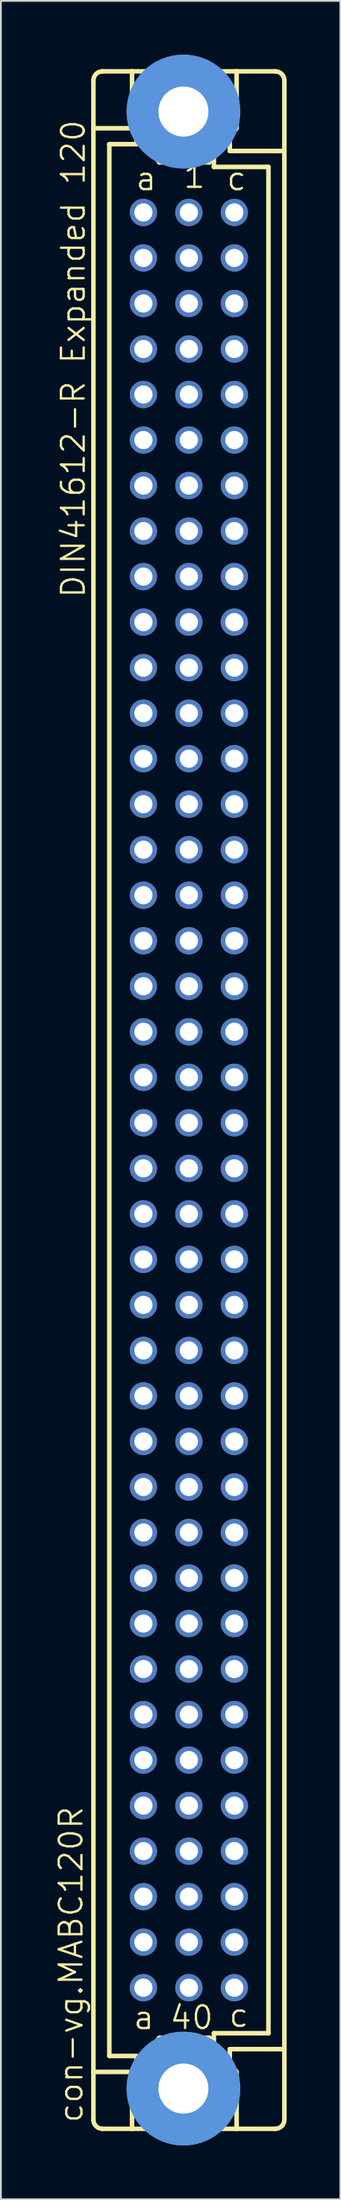
<source format=kicad_pcb>
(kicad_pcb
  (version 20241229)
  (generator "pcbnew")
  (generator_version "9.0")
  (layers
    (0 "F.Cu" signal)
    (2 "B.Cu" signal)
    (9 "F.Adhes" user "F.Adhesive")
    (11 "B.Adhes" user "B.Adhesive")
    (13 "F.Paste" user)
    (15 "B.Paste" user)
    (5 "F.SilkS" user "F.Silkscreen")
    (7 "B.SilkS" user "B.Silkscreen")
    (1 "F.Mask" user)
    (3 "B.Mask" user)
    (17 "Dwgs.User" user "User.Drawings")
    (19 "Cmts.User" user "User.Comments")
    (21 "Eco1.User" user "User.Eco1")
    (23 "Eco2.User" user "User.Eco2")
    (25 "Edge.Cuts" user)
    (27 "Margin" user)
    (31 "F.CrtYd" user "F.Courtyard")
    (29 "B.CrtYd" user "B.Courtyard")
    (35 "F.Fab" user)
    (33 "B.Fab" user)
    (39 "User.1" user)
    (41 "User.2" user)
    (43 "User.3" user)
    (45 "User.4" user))
  (footprint "con-vg.MABC120R"
    (layer "F.Cu")
    (at 7.502 58.335)
    (property "Reference" "con-vg.MABC120R" (at -5.842 57.15 90) (layer "F.SilkS") (effects (font (size 1.27 1.27) (thickness 0.13)) (justify left bottom)))
    (attr through_hole)
    (fp_line (start -5.334 -54.229) (end -5.334 -56.896) (stroke (width 0.254) (type default)) (layer "F.SilkS"))
    (fp_line (start -5.334 -54.229) (end -3.175 -54.229) (stroke (width 0.254) (type default)) (layer "F.SilkS"))
    (fp_line (start -5.334 54.229) (end -5.334 -54.229) (stroke (width 0.254) (type default)) (layer "F.SilkS"))
    (fp_line (start -5.334 54.229) (end -3.175 54.229) (stroke (width 0.254) (type default)) (layer "F.SilkS"))
    (fp_line (start -5.334 56.896) (end -5.334 54.229) (stroke (width 0.254) (type default)) (layer "F.SilkS"))
    (fp_line (start -4.826 -57.404) (end -3.175 -57.404) (stroke (width 0.254) (type default)) (layer "F.SilkS"))
    (fp_line (start -4.826 57.404) (end -3.175 57.404) (stroke (width 0.254) (type default)) (layer "F.SilkS"))
    (fp_line (start -4.445 -53.34) (end -4.445 53.34) (stroke (width 0.254) (type default)) (layer "F.SilkS"))
    (fp_line (start -4.445 53.34) (end -2.921 53.34) (stroke (width 0.254) (type default)) (layer "F.SilkS"))
    (fp_line (start -3.175 -57.404) (end -3.175 -54.229) (stroke (width 0.254) (type default)) (layer "F.SilkS"))
    (fp_line (start -3.175 57.404) (end -3.175 54.229) (stroke (width 0.254) (type default)) (layer "F.SilkS"))
    (fp_line (start -3.175 57.404) (end 2.667 57.404) (stroke (width 0.254) (type default)) (layer "F.SilkS"))
    (fp_line (start -2.921 -53.848) (end -2.921 -53.34) (stroke (width 0.254) (type default)) (layer "F.SilkS"))
    (fp_line (start -2.921 -53.34) (end -4.445 -53.34) (stroke (width 0.254) (type default)) (layer "F.SilkS"))
    (fp_line (start -2.921 53.34) (end -2.921 53.848) (stroke (width 0.254) (type default)) (layer "F.SilkS"))
    (fp_line (start -1.651 -52.324) (end -3.175 -54.229) (stroke (width 0.254) (type default)) (layer "F.SilkS"))
    (fp_line (start -1.651 52.324) (end -3.175 54.229) (stroke (width 0.254) (type default)) (layer "F.SilkS"))
    (fp_line (start -1.651 52.324) (end 1.143 52.324) (stroke (width 0.254) (type default)) (layer "F.SilkS"))
    (fp_line (start 1.143 -52.324) (end -1.651 -52.324) (stroke (width 0.254) (type default)) (layer "F.SilkS"))
    (fp_line (start 1.143 -52.324) (end 2.667 -54.229) (stroke (width 0.254) (type default)) (layer "F.SilkS"))
    (fp_line (start 1.143 52.324) (end 1.397 52.705) (stroke (width 0.254) (type default)) (layer "F.SilkS"))
    (fp_line (start 1.143 52.324) (end 2.667 54.229) (stroke (width 0.254) (type default)) (layer "F.SilkS"))
    (fp_line (start 1.397 -52.07) (end 1.397 -52.578) (stroke (width 0.254) (type default)) (layer "F.SilkS"))
    (fp_line (start 1.397 52.07) (end 4.445 52.07) (stroke (width 0.254) (type default)) (layer "F.SilkS"))
    (fp_line (start 1.397 52.705) (end 1.397 52.07) (stroke (width 0.254) (type default)) (layer "F.SilkS"))
    (fp_line (start 2.286 -52.959) (end 2.286 -53.721) (stroke (width 0.254) (type default)) (layer "F.SilkS"))
    (fp_line (start 2.286 52.959) (end 2.286 53.721) (stroke (width 0.254) (type default)) (layer "F.SilkS"))
    (fp_line (start 2.286 52.959) (end 5.334 52.959) (stroke (width 0.254) (type default)) (layer "F.SilkS"))
    (fp_line (start 2.667 -57.404) (end -3.175 -57.404) (stroke (width 0.254) (type default)) (layer "F.SilkS"))
    (fp_line (start 2.667 -57.404) (end 2.667 -54.229) (stroke (width 0.254) (type default)) (layer "F.SilkS"))
    (fp_line (start 2.667 57.404) (end 2.667 54.229) (stroke (width 0.254) (type default)) (layer "F.SilkS"))
    (fp_line (start 2.667 57.404) (end 4.826 57.404) (stroke (width 0.254) (type default)) (layer "F.SilkS"))
    (fp_line (start 4.445 -52.07) (end 1.397 -52.07) (stroke (width 0.254) (type default)) (layer "F.SilkS"))
    (fp_line (start 4.445 52.07) (end 4.445 -52.07) (stroke (width 0.254) (type default)) (layer "F.SilkS"))
    (fp_line (start 4.826 -57.404) (end 2.667 -57.404) (stroke (width 0.254) (type default)) (layer "F.SilkS"))
    (fp_line (start 5.334 -52.959) (end 2.286 -52.959) (stroke (width 0.254) (type default)) (layer "F.SilkS"))
    (fp_line (start 5.334 -52.959) (end 5.334 -56.896) (stroke (width 0.254) (type default)) (layer "F.SilkS"))
    (fp_line (start 5.334 52.959) (end 5.334 -52.959) (stroke (width 0.254) (type default)) (layer "F.SilkS"))
    (fp_line (start 5.334 56.896) (end 5.334 52.959) (stroke (width 0.254) (type default)) (layer "F.SilkS"))
    (fp_arc (start -5.334 -56.896) (mid -5.18521 -57.25521) (end -4.826 -57.404) (stroke (width 0.254) (type default)) (layer "F.SilkS"))
    (fp_arc (start -4.826 57.404) (mid -5.18521 57.25521) (end -5.334 56.896) (stroke (width 0.254) (type default)) (layer "F.SilkS"))
    (fp_arc (start 4.826 -57.404) (mid 5.18521 -57.25521) (end 5.334 -56.896) (stroke (width 0.254) (type default)) (layer "F.SilkS"))
    (fp_arc (start 5.334 56.896) (mid 5.18521 57.25521) (end 4.826 57.404) (stroke (width 0.254) (type default)) (layer "F.SilkS"))
    (fp_circle (center -0.305 -55.16) (end 0.965 -55.16) (stroke (width 0.254) (type default)) (fill no) (layer "F.SilkS"))
    (fp_circle (center -0.305 55.16) (end 0.965 55.16) (stroke (width 0.254) (type default)) (fill no) (layer "F.SilkS"))
    (fp_circle (center -0.305 -55.16) (end 1.981 -55.16) (stroke (width 1.778) (type default)) (fill no) (layer "Cmts.User"))
    (fp_circle (center -0.305 -55.16) (end 1.981 -55.16) (stroke (width 1.778) (type default)) (fill no) (layer "Cmts.User"))
    (fp_circle (center -0.305 55.16) (end 1.981 55.16) (stroke (width 1.778) (type default)) (fill no) (layer "Cmts.User"))
    (fp_circle (center -0.305 55.16) (end 1.981 55.16) (stroke (width 1.778) (type default)) (fill no) (layer "Cmts.User"))
    (fp_text user "a " (at -3.175 51.943 0) (layer "F.SilkS") (effects (font (size 1.27 1.27) (thickness 0.13)) (justify left bottom)))
    (fp_text user "c" (at 2.032 -50.673 0) (layer "F.SilkS") (effects (font (size 1.27 1.27) (thickness 0.13)) (justify left bottom)))
    (fp_text user "a" (at -3.048 -50.673 0) (layer "F.SilkS") (effects (font (size 1.27 1.27) (thickness 0.13)) (justify left bottom)))
    (fp_text user "DIN41612-R Expanded 120" (at -5.715 -27.94 90) (layer "F.SilkS") (effects (font (size 1.27 1.27) (thickness 0.13)) (justify left bottom)))
    (fp_text user "c " (at 2.159 51.816 0) (layer "F.SilkS") (effects (font (size 1.27 1.27) (thickness 0.13)) (justify left bottom)))
    (fp_text user "40" (at -1.143 51.943 0) (layer "F.SilkS") (effects (font (size 1.27 1.27) (thickness 0.13)) (justify left bottom)))
    (fp_text user "1" (at -0.381 -50.8 0) (layer "F.SilkS") (effects (font (size 1.27 1.27) (thickness 0.13)) (justify left bottom)))
    (pad "" np_thru_hole circle (at -0.305 -55.16) (size 2.794 2.794) (drill 2.794) (layers "*.Cu" "*.Mask"))
    (pad "" np_thru_hole circle (at -0.305 55.16) (size 2.794 2.794) (drill 2.794) (layers "*.Cu" "*.Mask"))
    (pad "A1" thru_hole circle (at -2.54 -49.53) (size 1.524 1.524) (drill 1.016) (layers "*.Cu" "*.Mask"))
    (pad "A2" thru_hole circle (at -2.54 -46.99) (size 1.524 1.524) (drill 1.016) (layers "*.Cu" "*.Mask"))
    (pad "A3" thru_hole circle (at -2.54 -44.45) (size 1.524 1.524) (drill 1.016) (layers "*.Cu" "*.Mask"))
    (pad "A4" thru_hole circle (at -2.54 -41.91) (size 1.524 1.524) (drill 1.016) (layers "*.Cu" "*.Mask"))
    (pad "A5" thru_hole circle (at -2.54 -39.37) (size 1.524 1.524) (drill 1.016) (layers "*.Cu" "*.Mask"))
    (pad "A6" thru_hole circle (at -2.54 -36.83) (size 1.524 1.524) (drill 1.016) (layers "*.Cu" "*.Mask"))
    (pad "A7" thru_hole circle (at -2.54 -34.29) (size 1.524 1.524) (drill 1.016) (layers "*.Cu" "*.Mask"))
    (pad "A8" thru_hole circle (at -2.54 -31.75) (size 1.524 1.524) (drill 1.016) (layers "*.Cu" "*.Mask"))
    (pad "A9" thru_hole circle (at -2.54 -29.21) (size 1.524 1.524) (drill 1.016) (layers "*.Cu" "*.Mask"))
    (pad "A10" thru_hole circle (at -2.54 -26.67) (size 1.524 1.524) (drill 1.016) (layers "*.Cu" "*.Mask"))
    (pad "A11" thru_hole circle (at -2.54 -24.13) (size 1.524 1.524) (drill 1.016) (layers "*.Cu" "*.Mask"))
    (pad "A12" thru_hole circle (at -2.54 -21.59) (size 1.524 1.524) (drill 1.016) (layers "*.Cu" "*.Mask"))
    (pad "A13" thru_hole circle (at -2.54 -19.05) (size 1.524 1.524) (drill 1.016) (layers "*.Cu" "*.Mask"))
    (pad "A14" thru_hole circle (at -2.54 -16.51) (size 1.524 1.524) (drill 1.016) (layers "*.Cu" "*.Mask"))
    (pad "A15" thru_hole circle (at -2.54 -13.97) (size 1.524 1.524) (drill 1.016) (layers "*.Cu" "*.Mask"))
    (pad "A16" thru_hole circle (at -2.54 -11.43) (size 1.524 1.524) (drill 1.016) (layers "*.Cu" "*.Mask"))
    (pad "A17" thru_hole circle (at -2.54 -8.89) (size 1.524 1.524) (drill 1.016) (layers "*.Cu" "*.Mask"))
    (pad "A18" thru_hole circle (at -2.54 -6.35) (size 1.524 1.524) (drill 1.016) (layers "*.Cu" "*.Mask"))
    (pad "A19" thru_hole circle (at -2.54 -3.81) (size 1.524 1.524) (drill 1.016) (layers "*.Cu" "*.Mask"))
    (pad "A20" thru_hole circle (at -2.54 -1.27) (size 1.524 1.524) (drill 1.016) (layers "*.Cu" "*.Mask"))
    (pad "A21" thru_hole circle (at -2.54 1.27) (size 1.524 1.524) (drill 1.016) (layers "*.Cu" "*.Mask"))
    (pad "A22" thru_hole circle (at -2.54 3.81) (size 1.524 1.524) (drill 1.016) (layers "*.Cu" "*.Mask"))
    (pad "A23" thru_hole circle (at -2.54 6.35) (size 1.524 1.524) (drill 1.016) (layers "*.Cu" "*.Mask"))
    (pad "A24" thru_hole circle (at -2.54 8.89) (size 1.524 1.524) (drill 1.016) (layers "*.Cu" "*.Mask"))
    (pad "A25" thru_hole circle (at -2.54 11.43) (size 1.524 1.524) (drill 1.016) (layers "*.Cu" "*.Mask"))
    (pad "A26" thru_hole circle (at -2.54 13.97) (size 1.524 1.524) (drill 1.016) (layers "*.Cu" "*.Mask"))
    (pad "A27" thru_hole circle (at -2.54 16.51) (size 1.524 1.524) (drill 1.016) (layers "*.Cu" "*.Mask"))
    (pad "A28" thru_hole circle (at -2.54 19.05) (size 1.524 1.524) (drill 1.016) (layers "*.Cu" "*.Mask"))
    (pad "A29" thru_hole circle (at -2.54 21.59) (size 1.524 1.524) (drill 1.016) (layers "*.Cu" "*.Mask"))
    (pad "A30" thru_hole circle (at -2.54 24.13) (size 1.524 1.524) (drill 1.016) (layers "*.Cu" "*.Mask"))
    (pad "A31" thru_hole circle (at -2.54 26.67) (size 1.524 1.524) (drill 1.016) (layers "*.Cu" "*.Mask"))
    (pad "A32" thru_hole circle (at -2.54 29.21) (size 1.524 1.524) (drill 1.016) (layers "*.Cu" "*.Mask"))
    (pad "A33" thru_hole circle (at -2.54 31.75) (size 1.524 1.524) (drill 1.016) (layers "*.Cu" "*.Mask"))
    (pad "A34" thru_hole circle (at -2.54 34.29) (size 1.524 1.524) (drill 1.016) (layers "*.Cu" "*.Mask"))
    (pad "A35" thru_hole circle (at -2.54 36.83) (size 1.524 1.524) (drill 1.016) (layers "*.Cu" "*.Mask"))
    (pad "A36" thru_hole circle (at -2.54 39.37) (size 1.524 1.524) (drill 1.016) (layers "*.Cu" "*.Mask"))
    (pad "A37" thru_hole circle (at -2.54 41.91) (size 1.524 1.524) (drill 1.016) (layers "*.Cu" "*.Mask"))
    (pad "A38" thru_hole circle (at -2.54 44.45) (size 1.524 1.524) (drill 1.016) (layers "*.Cu" "*.Mask"))
    (pad "A39" thru_hole circle (at -2.54 46.99) (size 1.524 1.524) (drill 1.016) (layers "*.Cu" "*.Mask"))
    (pad "A40" thru_hole circle (at -2.54 49.53) (size 1.524 1.524) (drill 1.016) (layers "*.Cu" "*.Mask"))
    (pad "B1" thru_hole circle (at 0 -49.53) (size 1.524 1.524) (drill 1.016) (layers "*.Cu" "*.Mask"))
    (pad "B2" thru_hole circle (at 0 -46.99) (size 1.524 1.524) (drill 1.016) (layers "*.Cu" "*.Mask"))
    (pad "B3" thru_hole circle (at 0 -44.45) (size 1.524 1.524) (drill 1.016) (layers "*.Cu" "*.Mask"))
    (pad "B4" thru_hole circle (at 0 -41.91) (size 1.524 1.524) (drill 1.016) (layers "*.Cu" "*.Mask"))
    (pad "B5" thru_hole circle (at 0 -39.37) (size 1.524 1.524) (drill 1.016) (layers "*.Cu" "*.Mask"))
    (pad "B6" thru_hole circle (at 0 -36.83) (size 1.524 1.524) (drill 1.016) (layers "*.Cu" "*.Mask"))
    (pad "B7" thru_hole circle (at 0 -34.29) (size 1.524 1.524) (drill 1.016) (layers "*.Cu" "*.Mask"))
    (pad "B8" thru_hole circle (at 0 -31.75) (size 1.524 1.524) (drill 1.016) (layers "*.Cu" "*.Mask"))
    (pad "B9" thru_hole circle (at 0 -29.21) (size 1.524 1.524) (drill 1.016) (layers "*.Cu" "*.Mask"))
    (pad "B10" thru_hole circle (at 0 -26.67) (size 1.524 1.524) (drill 1.016) (layers "*.Cu" "*.Mask"))
    (pad "B11" thru_hole circle (at 0 -24.13) (size 1.524 1.524) (drill 1.016) (layers "*.Cu" "*.Mask"))
    (pad "B12" thru_hole circle (at 0 -21.59) (size 1.524 1.524) (drill 1.016) (layers "*.Cu" "*.Mask"))
    (pad "B13" thru_hole circle (at 0 -19.05) (size 1.524 1.524) (drill 1.016) (layers "*.Cu" "*.Mask"))
    (pad "B14" thru_hole circle (at 0 -16.51) (size 1.524 1.524) (drill 1.016) (layers "*.Cu" "*.Mask"))
    (pad "B15" thru_hole circle (at 0 -13.97) (size 1.524 1.524) (drill 1.016) (layers "*.Cu" "*.Mask"))
    (pad "B16" thru_hole circle (at 0 -11.43) (size 1.524 1.524) (drill 1.016) (layers "*.Cu" "*.Mask"))
    (pad "B17" thru_hole circle (at 0 -8.89) (size 1.524 1.524) (drill 1.016) (layers "*.Cu" "*.Mask"))
    (pad "B18" thru_hole circle (at 0 -6.35) (size 1.524 1.524) (drill 1.016) (layers "*.Cu" "*.Mask"))
    (pad "B19" thru_hole circle (at 0 -3.81) (size 1.524 1.524) (drill 1.016) (layers "*.Cu" "*.Mask"))
    (pad "B20" thru_hole circle (at 0 -1.27) (size 1.524 1.524) (drill 1.016) (layers "*.Cu" "*.Mask"))
    (pad "B21" thru_hole circle (at 0 1.27) (size 1.524 1.524) (drill 1.016) (layers "*.Cu" "*.Mask"))
    (pad "B22" thru_hole circle (at 0 3.81) (size 1.524 1.524) (drill 1.016) (layers "*.Cu" "*.Mask"))
    (pad "B23" thru_hole circle (at 0 6.35) (size 1.524 1.524) (drill 1.016) (layers "*.Cu" "*.Mask"))
    (pad "B24" thru_hole circle (at 0 8.89) (size 1.524 1.524) (drill 1.016) (layers "*.Cu" "*.Mask"))
    (pad "B25" thru_hole circle (at 0 11.43) (size 1.524 1.524) (drill 1.016) (layers "*.Cu" "*.Mask"))
    (pad "B26" thru_hole circle (at 0 13.97) (size 1.524 1.524) (drill 1.016) (layers "*.Cu" "*.Mask"))
    (pad "B27" thru_hole circle (at 0 16.51) (size 1.524 1.524) (drill 1.016) (layers "*.Cu" "*.Mask"))
    (pad "B28" thru_hole circle (at 0 19.05) (size 1.524 1.524) (drill 1.016) (layers "*.Cu" "*.Mask"))
    (pad "B29" thru_hole circle (at 0 21.59) (size 1.524 1.524) (drill 1.016) (layers "*.Cu" "*.Mask"))
    (pad "B30" thru_hole circle (at 0 24.13) (size 1.524 1.524) (drill 1.016) (layers "*.Cu" "*.Mask"))
    (pad "B31" thru_hole circle (at 0 26.67) (size 1.524 1.524) (drill 1.016) (layers "*.Cu" "*.Mask"))
    (pad "B32" thru_hole circle (at 0 29.21) (size 1.524 1.524) (drill 1.016) (layers "*.Cu" "*.Mask"))
    (pad "B33" thru_hole circle (at 0 31.75) (size 1.524 1.524) (drill 1.016) (layers "*.Cu" "*.Mask"))
    (pad "B34" thru_hole circle (at 0 34.29) (size 1.524 1.524) (drill 1.016) (layers "*.Cu" "*.Mask"))
    (pad "B35" thru_hole circle (at 0 36.83) (size 1.524 1.524) (drill 1.016) (layers "*.Cu" "*.Mask"))
    (pad "B36" thru_hole circle (at 0 39.37) (size 1.524 1.524) (drill 1.016) (layers "*.Cu" "*.Mask"))
    (pad "B37" thru_hole circle (at 0 41.91) (size 1.524 1.524) (drill 1.016) (layers "*.Cu" "*.Mask"))
    (pad "B38" thru_hole circle (at 0 44.45) (size 1.524 1.524) (drill 1.016) (layers "*.Cu" "*.Mask"))
    (pad "B39" thru_hole circle (at 0 46.99) (size 1.524 1.524) (drill 1.016) (layers "*.Cu" "*.Mask"))
    (pad "B40" thru_hole circle (at 0 49.53) (size 1.524 1.524) (drill 1.016) (layers "*.Cu" "*.Mask"))
    (pad "C1" thru_hole circle (at 2.54 -49.53) (size 1.524 1.524) (drill 1.016) (layers "*.Cu" "*.Mask"))
    (pad "C2" thru_hole circle (at 2.54 -46.99) (size 1.524 1.524) (drill 1.016) (layers "*.Cu" "*.Mask"))
    (pad "C3" thru_hole circle (at 2.54 -44.45) (size 1.524 1.524) (drill 1.016) (layers "*.Cu" "*.Mask"))
    (pad "C4" thru_hole circle (at 2.54 -41.91) (size 1.524 1.524) (drill 1.016) (layers "*.Cu" "*.Mask"))
    (pad "C5" thru_hole circle (at 2.54 -39.37) (size 1.524 1.524) (drill 1.016) (layers "*.Cu" "*.Mask"))
    (pad "C6" thru_hole circle (at 2.54 -36.83) (size 1.524 1.524) (drill 1.016) (layers "*.Cu" "*.Mask"))
    (pad "C7" thru_hole circle (at 2.54 -34.29) (size 1.524 1.524) (drill 1.016) (layers "*.Cu" "*.Mask"))
    (pad "C8" thru_hole circle (at 2.54 -31.75) (size 1.524 1.524) (drill 1.016) (layers "*.Cu" "*.Mask"))
    (pad "C9" thru_hole circle (at 2.54 -29.21) (size 1.524 1.524) (drill 1.016) (layers "*.Cu" "*.Mask"))
    (pad "C10" thru_hole circle (at 2.54 -26.67) (size 1.524 1.524) (drill 1.016) (layers "*.Cu" "*.Mask"))
    (pad "C11" thru_hole circle (at 2.54 -24.13) (size 1.524 1.524) (drill 1.016) (layers "*.Cu" "*.Mask"))
    (pad "C12" thru_hole circle (at 2.54 -21.59) (size 1.524 1.524) (drill 1.016) (layers "*.Cu" "*.Mask"))
    (pad "C13" thru_hole circle (at 2.54 -19.05) (size 1.524 1.524) (drill 1.016) (layers "*.Cu" "*.Mask"))
    (pad "C14" thru_hole circle (at 2.54 -16.51) (size 1.524 1.524) (drill 1.016) (layers "*.Cu" "*.Mask"))
    (pad "C15" thru_hole circle (at 2.54 -13.97) (size 1.524 1.524) (drill 1.016) (layers "*.Cu" "*.Mask"))
    (pad "C16" thru_hole circle (at 2.54 -11.43) (size 1.524 1.524) (drill 1.016) (layers "*.Cu" "*.Mask"))
    (pad "C17" thru_hole circle (at 2.54 -8.89) (size 1.524 1.524) (drill 1.016) (layers "*.Cu" "*.Mask"))
    (pad "C18" thru_hole circle (at 2.54 -6.35) (size 1.524 1.524) (drill 1.016) (layers "*.Cu" "*.Mask"))
    (pad "C19" thru_hole circle (at 2.54 -3.81) (size 1.524 1.524) (drill 1.016) (layers "*.Cu" "*.Mask"))
    (pad "C20" thru_hole circle (at 2.54 -1.27) (size 1.524 1.524) (drill 1.016) (layers "*.Cu" "*.Mask"))
    (pad "C21" thru_hole circle (at 2.54 1.27) (size 1.524 1.524) (drill 1.016) (layers "*.Cu" "*.Mask"))
    (pad "C22" thru_hole circle (at 2.54 3.81) (size 1.524 1.524) (drill 1.016) (layers "*.Cu" "*.Mask"))
    (pad "C23" thru_hole circle (at 2.54 6.35) (size 1.524 1.524) (drill 1.016) (layers "*.Cu" "*.Mask"))
    (pad "C24" thru_hole circle (at 2.54 8.89) (size 1.524 1.524) (drill 1.016) (layers "*.Cu" "*.Mask"))
    (pad "C25" thru_hole circle (at 2.54 11.43) (size 1.524 1.524) (drill 1.016) (layers "*.Cu" "*.Mask"))
    (pad "C26" thru_hole circle (at 2.54 13.97) (size 1.524 1.524) (drill 1.016) (layers "*.Cu" "*.Mask"))
    (pad "C27" thru_hole circle (at 2.54 16.51) (size 1.524 1.524) (drill 1.016) (layers "*.Cu" "*.Mask"))
    (pad "C28" thru_hole circle (at 2.54 19.05) (size 1.524 1.524) (drill 1.016) (layers "*.Cu" "*.Mask"))
    (pad "C29" thru_hole circle (at 2.54 21.59) (size 1.524 1.524) (drill 1.016) (layers "*.Cu" "*.Mask"))
    (pad "C30" thru_hole circle (at 2.54 24.13) (size 1.524 1.524) (drill 1.016) (layers "*.Cu" "*.Mask"))
    (pad "C31" thru_hole circle (at 2.54 26.67) (size 1.524 1.524) (drill 1.016) (layers "*.Cu" "*.Mask"))
    (pad "C32" thru_hole circle (at 2.54 29.21) (size 1.524 1.524) (drill 1.016) (layers "*.Cu" "*.Mask"))
    (pad "C33" thru_hole circle (at 2.54 31.75) (size 1.524 1.524) (drill 1.016) (layers "*.Cu" "*.Mask"))
    (pad "C34" thru_hole circle (at 2.54 34.29) (size 1.524 1.524) (drill 1.016) (layers "*.Cu" "*.Mask"))
    (pad "C35" thru_hole circle (at 2.54 36.83) (size 1.524 1.524) (drill 1.016) (layers "*.Cu" "*.Mask"))
    (pad "C36" thru_hole circle (at 2.54 39.37) (size 1.524 1.524) (drill 1.016) (layers "*.Cu" "*.Mask"))
    (pad "C37" thru_hole circle (at 2.54 41.91) (size 1.524 1.524) (drill 1.016) (layers "*.Cu" "*.Mask"))
    (pad "C38" thru_hole circle (at 2.54 44.45) (size 1.524 1.524) (drill 1.016) (layers "*.Cu" "*.Mask"))
    (pad "C39" thru_hole circle (at 2.54 46.99) (size 1.524 1.524) (drill 1.016) (layers "*.Cu" "*.Mask"))
    (pad "C40" thru_hole circle (at 2.54 49.53) (size 1.524 1.524) (drill 1.016) (layers "*.Cu" "*.Mask")))
  (gr_rect
    (start -3 -3)
    (end 15.963 119.67)
    (stroke (width 0.1) (type default))
    (fill no)
    (layer "Edge.Cuts")))
</source>
